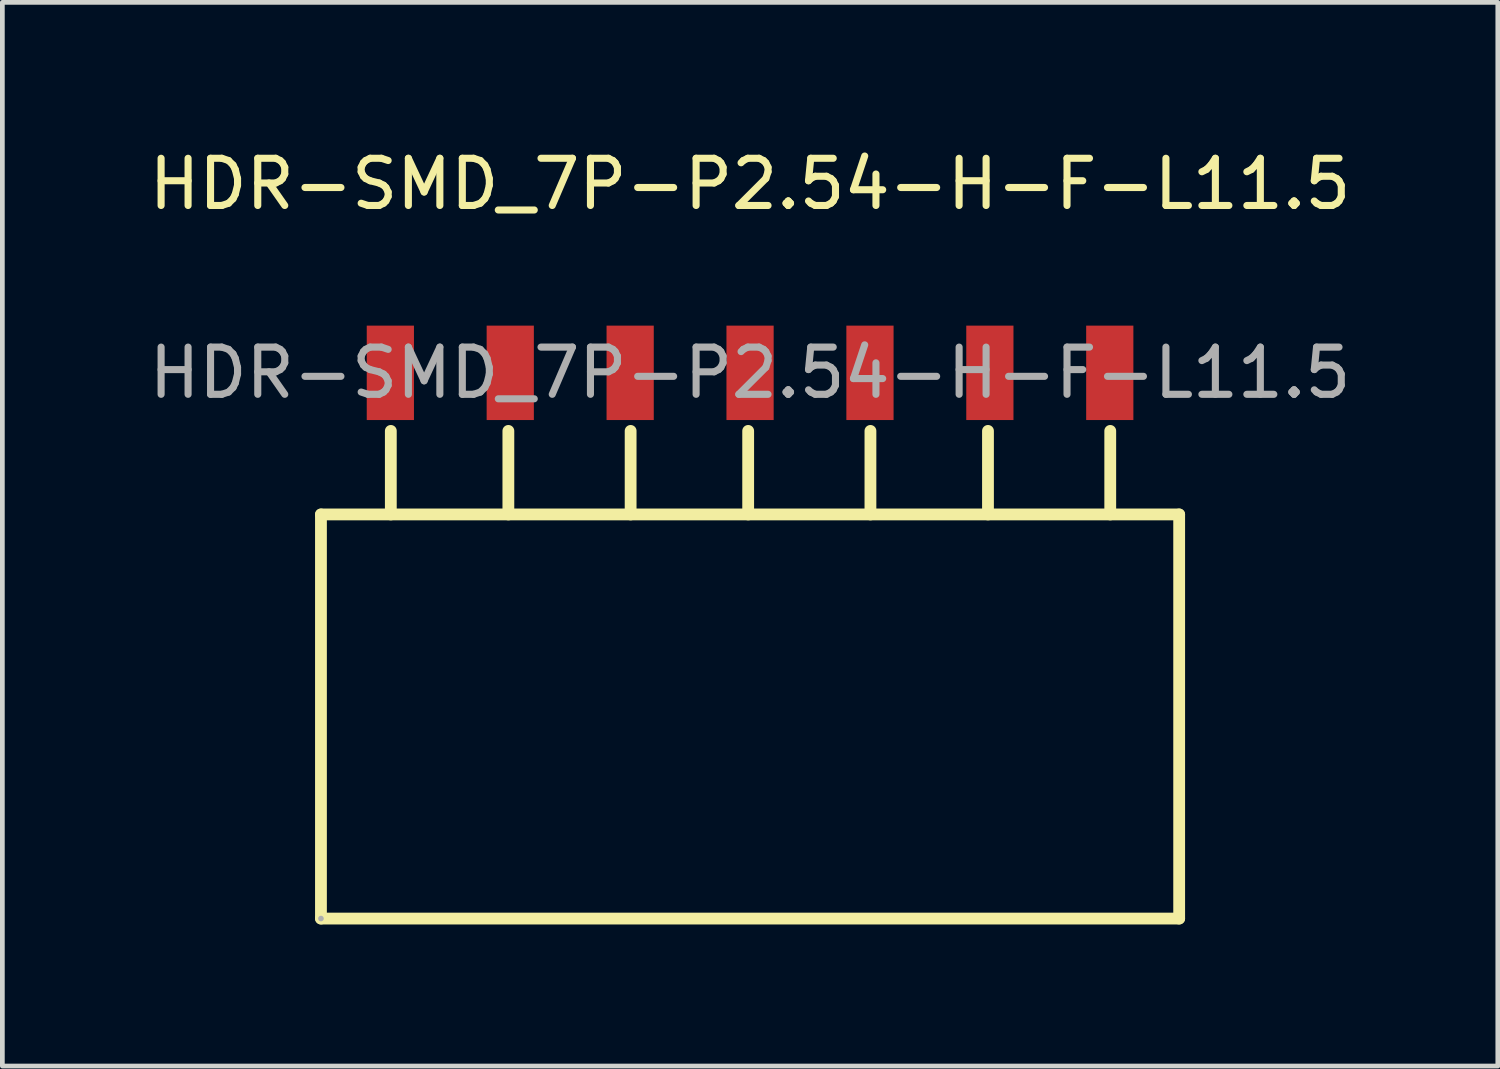
<source format=kicad_pcb>
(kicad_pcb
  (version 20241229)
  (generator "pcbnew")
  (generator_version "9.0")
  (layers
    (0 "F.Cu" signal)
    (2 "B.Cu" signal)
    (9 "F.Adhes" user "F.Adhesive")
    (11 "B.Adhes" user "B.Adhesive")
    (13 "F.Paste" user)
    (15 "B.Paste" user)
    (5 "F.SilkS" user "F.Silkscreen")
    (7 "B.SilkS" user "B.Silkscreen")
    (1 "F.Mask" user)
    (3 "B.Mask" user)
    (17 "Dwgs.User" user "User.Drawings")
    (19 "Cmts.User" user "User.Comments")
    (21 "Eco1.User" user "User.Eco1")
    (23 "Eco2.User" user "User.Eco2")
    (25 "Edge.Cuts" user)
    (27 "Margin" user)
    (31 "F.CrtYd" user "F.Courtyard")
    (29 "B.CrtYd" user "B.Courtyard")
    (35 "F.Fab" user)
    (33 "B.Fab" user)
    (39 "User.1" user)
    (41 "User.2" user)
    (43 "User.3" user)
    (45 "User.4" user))
  (footprint "HDR-SMD_7P-P2.54-H-F-L11.5"
    (layer "F.Cu")
    (at 12.839 4.848)
    (property "Reference" "HDR-SMD_7P-P2.54-H-F-L11.5" (at 0 -4 0) (layer "F.SilkS") (effects (font (size 1 1) (thickness 0.15))))
    (attr smd)
    (fp_line (start -9.09 3) (end -9.09 11.56) (stroke (width 0.25) (type solid)) (layer "F.SilkS"))
    (fp_line (start -9.09 3) (end 9.09 3) (stroke (width 0.25) (type solid)) (layer "F.SilkS"))
    (fp_line (start -9.09 11.56) (end 9.09 11.56) (stroke (width 0.25) (type solid)) (layer "F.SilkS"))
    (fp_line (start -7.61 3) (end -7.61 1.23) (stroke (width 0.25) (type solid)) (layer "F.SilkS"))
    (fp_line (start -5.12 3) (end -5.12 1.23) (stroke (width 0.25) (type solid)) (layer "F.SilkS"))
    (fp_line (start -2.53 3) (end -2.53 1.23) (stroke (width 0.25) (type solid)) (layer "F.SilkS"))
    (fp_line (start -0.04 3) (end -0.04 1.23) (stroke (width 0.25) (type solid)) (layer "F.SilkS"))
    (fp_line (start 2.55 3) (end 2.55 1.23) (stroke (width 0.25) (type solid)) (layer "F.SilkS"))
    (fp_line (start 5.04 3) (end 5.04 1.23) (stroke (width 0.25) (type solid)) (layer "F.SilkS"))
    (fp_line (start 7.63 3) (end 7.63 1.23) (stroke (width 0.25) (type solid)) (layer "F.SilkS"))
    (fp_line (start 9.09 3) (end 9.09 11.56) (stroke (width 0.25) (type solid)) (layer "F.SilkS"))
    (fp_circle (center -9.09 11.56) (end -9.06 11.56) (stroke (width 0.06) (type solid)) (fill no) (layer "F.Fab"))
    (fp_text user "${REFERENCE}" (at 0 0 0) (layer "F.Fab") (effects (font (size 1 1) (thickness 0.15))))
    (pad "1" smd rect (at -7.62 0) (size 1 2) (layers "F.Cu" "F.Mask" "F.Paste"))
    (pad "2" smd rect (at -5.08 0) (size 1 2) (layers "F.Cu" "F.Mask" "F.Paste"))
    (pad "3" smd rect (at -2.54 0) (size 1 2) (layers "F.Cu" "F.Mask" "F.Paste"))
    (pad "4" smd rect (at 0 0) (size 1 2) (layers "F.Cu" "F.Mask" "F.Paste"))
    (pad "5" smd rect (at 2.54 0) (size 1 2) (layers "F.Cu" "F.Mask" "F.Paste"))
    (pad "6" smd rect (at 5.08 0) (size 1 2) (layers "F.Cu" "F.Mask" "F.Paste"))
    (pad "7" smd rect (at 7.62 0) (size 1 2) (layers "F.Cu" "F.Mask" "F.Paste")))
  (gr_rect
    (start -3 -3)
    (end 28.679 19.533)
    (stroke (width 0.1) (type default))
    (fill no)
    (layer "Edge.Cuts")))
</source>
